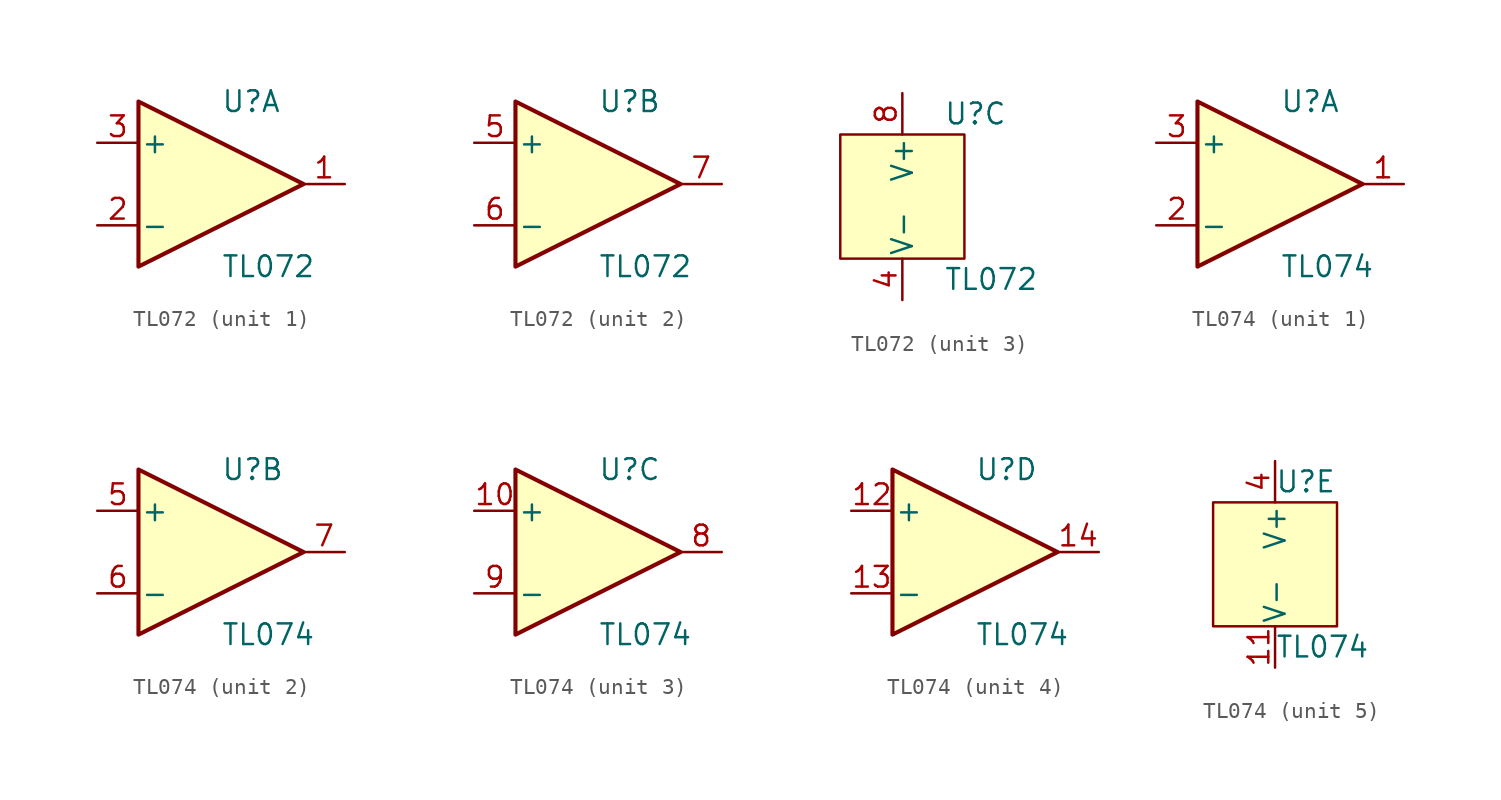
<source format=kicad_sym>
(kicad_symbol_lib
  (version 20211014)
  (generator kicad_symbol_editor)
  (symbol "TL072"
    (pin_names
      (offset 0.127))
    (property "Reference" "U"
      (at 0 5.08 0)
      (effects (font (size 1.27 1.27)) (justify left)))
    (property "Value" "TL072"
      (at 0 -5.08 0)
      (effects (font (size 1.27 1.27)) (justify left)))
    (property "ki_locked" ""
      (at 0 0 0)
      (effects (font (size 1.27 1.27))))
    (symbol "TL072_1_1"
      (polyline (pts (xy -5.08 5.08) (xy 5.08 0) (xy -5.08 -5.08) (xy -5.08 5.08)) (stroke (width 0.254) (type default) (color 0 0 0 0)) (fill (type background)))
      (pin output line (at 7.62 0 180) (length 2.54) (name "~" (effects (font (size 1.27 1.27)))) (number "1" (effects (font (size 1.27 1.27)))))
      (pin input line (at -7.62 -2.54 0) (length 2.54) (name "-" (effects (font (size 1.27 1.27)))) (number "2" (effects (font (size 1.27 1.27)))))
      (pin input line (at -7.62 2.54 0) (length 2.54) (name "+" (effects (font (size 1.27 1.27)))) (number "3" (effects (font (size 1.27 1.27))))))
    (symbol "TL072_2_1"
      (polyline (pts (xy -5.08 5.08) (xy 5.08 0) (xy -5.08 -5.08) (xy -5.08 5.08)) (stroke (width 0.254) (type default) (color 0 0 0 0)) (fill (type background)))
      (pin input line (at -7.62 2.54 0) (length 2.54) (name "+" (effects (font (size 1.27 1.27)))) (number "5" (effects (font (size 1.27 1.27)))))
      (pin input line (at -7.62 -2.54 0) (length 2.54) (name "-" (effects (font (size 1.27 1.27)))) (number "6" (effects (font (size 1.27 1.27)))))
      (pin output line (at 7.62 0 180) (length 2.54) (name "~" (effects (font (size 1.27 1.27)))) (number "7" (effects (font (size 1.27 1.27))))))
    (symbol "TL072_3_1"
      (rectangle (start -6.35 3.81) (end 1.27 -3.81) (stroke (width 0.152) (type default) (color 0 0 0 0)) (fill (type background)))
      (pin power_in line (at -2.54 -6.35 90) (length 2.54) (name "V-" (effects (font (size 1.27 1.27)))) (number "4" (effects (font (size 1.27 1.27)))))
      (pin power_in line (at -2.54 6.35 270) (length 2.54) (name "V+" (effects (font (size 1.27 1.27)))) (number "8" (effects (font (size 1.27 1.27)))))))
  (symbol "TL074"
    (pin_names
      (offset 0.127))
    (property "Reference" "U"
      (at 0 5.08 0)
      (effects (font (size 1.27 1.27)) (justify left)))
    (property "Value" "TL074"
      (at 0 -5.08 0)
      (effects (font (size 1.27 1.27)) (justify left)))
    (property "ki_locked" ""
      (at 0 0 0)
      (effects (font (size 1.27 1.27))))
    (symbol "TL074_1_1"
      (polyline (pts (xy -5.08 5.08) (xy 5.08 0) (xy -5.08 -5.08) (xy -5.08 5.08)) (stroke (width 0.254) (type default) (color 0 0 0 0)) (fill (type background)))
      (pin output line (at 7.62 0 180) (length 2.54) (name "~" (effects (font (size 1.27 1.27)))) (number "1" (effects (font (size 1.27 1.27)))))
      (pin input line (at -7.62 -2.54 0) (length 2.54) (name "-" (effects (font (size 1.27 1.27)))) (number "2" (effects (font (size 1.27 1.27)))))
      (pin input line (at -7.62 2.54 0) (length 2.54) (name "+" (effects (font (size 1.27 1.27)))) (number "3" (effects (font (size 1.27 1.27))))))
    (symbol "TL074_2_1"
      (polyline (pts (xy -5.08 5.08) (xy 5.08 0) (xy -5.08 -5.08) (xy -5.08 5.08)) (stroke (width 0.254) (type default) (color 0 0 0 0)) (fill (type background)))
      (pin input line (at -7.62 2.54 0) (length 2.54) (name "+" (effects (font (size 1.27 1.27)))) (number "5" (effects (font (size 1.27 1.27)))))
      (pin input line (at -7.62 -2.54 0) (length 2.54) (name "-" (effects (font (size 1.27 1.27)))) (number "6" (effects (font (size 1.27 1.27)))))
      (pin output line (at 7.62 0 180) (length 2.54) (name "~" (effects (font (size 1.27 1.27)))) (number "7" (effects (font (size 1.27 1.27))))))
    (symbol "TL074_3_1"
      (polyline (pts (xy -5.08 5.08) (xy 5.08 0) (xy -5.08 -5.08) (xy -5.08 5.08)) (stroke (width 0.254) (type default) (color 0 0 0 0)) (fill (type background)))
      (pin input line (at -7.62 2.54 0) (length 2.54) (name "+" (effects (font (size 1.27 1.27)))) (number "10" (effects (font (size 1.27 1.27)))))
      (pin output line (at 7.62 0 180) (length 2.54) (name "~" (effects (font (size 1.27 1.27)))) (number "8" (effects (font (size 1.27 1.27)))))
      (pin input line (at -7.62 -2.54 0) (length 2.54) (name "-" (effects (font (size 1.27 1.27)))) (number "9" (effects (font (size 1.27 1.27))))))
    (symbol "TL074_4_1"
      (polyline (pts (xy -5.08 5.08) (xy 5.08 0) (xy -5.08 -5.08) (xy -5.08 5.08)) (stroke (width 0.254) (type default) (color 0 0 0 0)) (fill (type background)))
      (pin input line (at -7.62 2.54 0) (length 2.54) (name "+" (effects (font (size 1.27 1.27)))) (number "12" (effects (font (size 1.27 1.27)))))
      (pin input line (at -7.62 -2.54 0) (length 2.54) (name "-" (effects (font (size 1.27 1.27)))) (number "13" (effects (font (size 1.27 1.27)))))
      (pin output line (at 7.62 0 180) (length 2.54) (name "~" (effects (font (size 1.27 1.27)))) (number "14" (effects (font (size 1.27 1.27))))))
    (symbol "TL074_5_1"
      (rectangle (start -3.81 3.81) (end 3.81 -3.81) (stroke (width 0.152) (type default) (color 0 0 0 0)) (fill (type background)))
      (pin power_in line (at 0 -6.35 90) (length 2.54) (name "V-" (effects (font (size 1.27 1.27)))) (number "11" (effects (font (size 1.27 1.27)))))
      (pin power_in line (at 0 6.35 270) (length 2.54) (name "V+" (effects (font (size 1.27 1.27)))) (number "4" (effects (font (size 1.27 1.27))))))))
</source>
